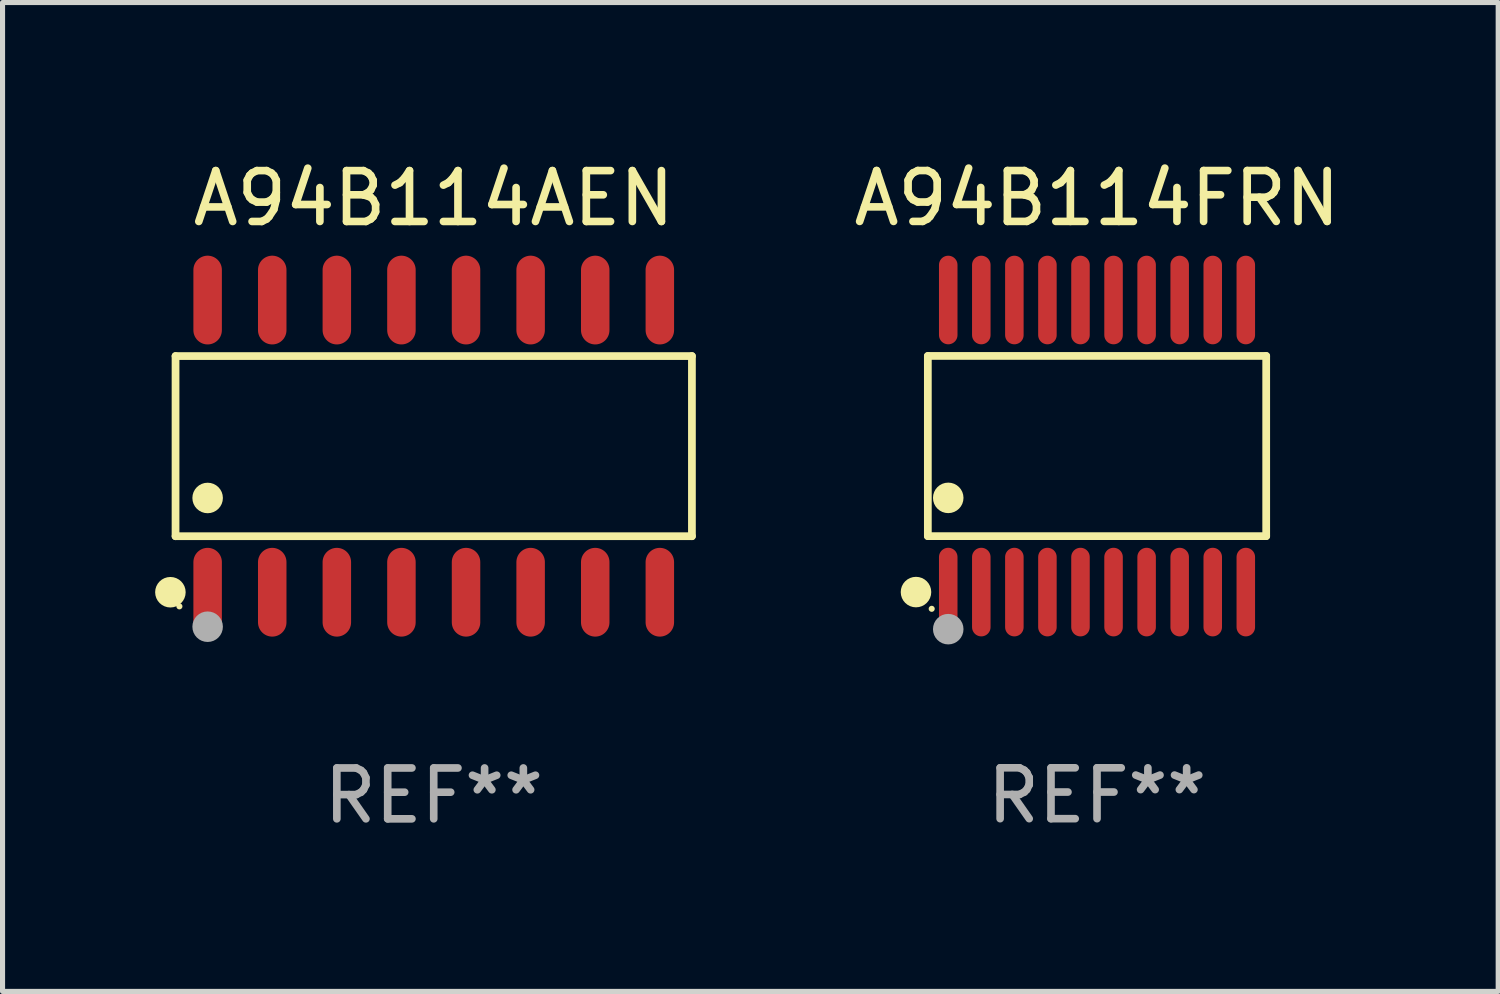
<source format=kicad_pcb>
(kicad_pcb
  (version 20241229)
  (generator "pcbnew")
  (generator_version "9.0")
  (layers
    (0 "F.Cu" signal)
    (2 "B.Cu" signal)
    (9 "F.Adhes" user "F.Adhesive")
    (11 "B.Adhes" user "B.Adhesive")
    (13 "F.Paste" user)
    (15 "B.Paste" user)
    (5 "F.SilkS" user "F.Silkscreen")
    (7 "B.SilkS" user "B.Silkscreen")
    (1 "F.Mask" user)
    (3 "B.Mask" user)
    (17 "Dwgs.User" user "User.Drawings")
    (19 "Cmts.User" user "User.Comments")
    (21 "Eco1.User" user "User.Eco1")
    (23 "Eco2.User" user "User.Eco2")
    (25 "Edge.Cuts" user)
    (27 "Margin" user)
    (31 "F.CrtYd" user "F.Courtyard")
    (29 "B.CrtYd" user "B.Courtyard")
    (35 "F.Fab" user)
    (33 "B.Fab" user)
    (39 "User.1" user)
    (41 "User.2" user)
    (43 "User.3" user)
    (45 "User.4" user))
  (footprint "A94B114AEN"
    (layer "F.Cu")
    (at 5.477 5.721)
    (property "Reference" "A94B114AEN" (at 0 -4.872 0) (layer "F.SilkS") (effects (font (size 1 1) (thickness 0.15))))
    (attr through_hole)
    (fp_line (start -5.076 -1.771) (end 5.076 -1.771) (stroke (width 0.152) (type solid)) (layer "F.SilkS"))
    (fp_line (start -5.076 1.771) (end -5.076 -1.771) (stroke (width 0.152) (type solid)) (layer "F.SilkS"))
    (fp_line (start 5.076 -1.771) (end 5.076 1.771) (stroke (width 0.152) (type solid)) (layer "F.SilkS"))
    (fp_line (start 5.076 1.771) (end -5.076 1.771) (stroke (width 0.152) (type solid)) (layer "F.SilkS"))
    (fp_circle (center -5.177 2.872) (end -5.027 2.872) (stroke (width 0.3) (type solid)) (fill no) (layer "F.SilkS"))
    (fp_circle (center -5 3.15) (end -4.97 3.15) (stroke (width 0.06) (type solid)) (fill no) (layer "F.SilkS"))
    (fp_circle (center -4.445 1.019) (end -4.295 1.019) (stroke (width 0.3) (type solid)) (fill no) (layer "F.SilkS"))
    (fp_circle (center -4.445 3.55) (end -4.295 3.55) (stroke (width 0.3) (type solid)) (fill no) (layer "F.Fab"))
    (fp_text user "REF**" (at 0 6.872 0) (layer "F.Fab") (effects (font (size 1 1) (thickness 0.15))))
    (pad "1" smd oval (at -4.445 2.872) (size 0.56 1.745) (layers "F.Cu" "F.Mask" "F.Paste"))
    (pad "2" smd oval (at -3.175 2.872) (size 0.56 1.745) (layers "F.Cu" "F.Mask" "F.Paste"))
    (pad "3" smd oval (at -1.905 2.872) (size 0.56 1.745) (layers "F.Cu" "F.Mask" "F.Paste"))
    (pad "4" smd oval (at -0.635 2.872) (size 0.56 1.745) (layers "F.Cu" "F.Mask" "F.Paste"))
    (pad "5" smd oval (at 0.635 2.872) (size 0.56 1.745) (layers "F.Cu" "F.Mask" "F.Paste"))
    (pad "6" smd oval (at 1.905 2.872) (size 0.56 1.745) (layers "F.Cu" "F.Mask" "F.Paste"))
    (pad "7" smd oval (at 3.175 2.872) (size 0.56 1.745) (layers "F.Cu" "F.Mask" "F.Paste"))
    (pad "8" smd oval (at 4.445 2.872) (size 0.56 1.745) (layers "F.Cu" "F.Mask" "F.Paste"))
    (pad "9" smd oval (at 4.445 -2.872) (size 0.56 1.745) (layers "F.Cu" "F.Mask" "F.Paste"))
    (pad "10" smd oval (at 3.175 -2.872) (size 0.56 1.745) (layers "F.Cu" "F.Mask" "F.Paste"))
    (pad "11" smd oval (at 1.905 -2.872) (size 0.56 1.745) (layers "F.Cu" "F.Mask" "F.Paste"))
    (pad "12" smd oval (at 0.635 -2.872) (size 0.56 1.745) (layers "F.Cu" "F.Mask" "F.Paste"))
    (pad "13" smd oval (at -0.635 -2.872) (size 0.56 1.745) (layers "F.Cu" "F.Mask" "F.Paste"))
    (pad "14" smd oval (at -1.905 -2.872) (size 0.56 1.745) (layers "F.Cu" "F.Mask" "F.Paste"))
    (pad "15" smd oval (at -3.175 -2.872) (size 0.56 1.745) (layers "F.Cu" "F.Mask" "F.Paste"))
    (pad "16" smd oval (at -4.445 -2.872) (size 0.56 1.745) (layers "F.Cu" "F.Mask" "F.Paste")))
  (footprint "A94B114FRN"
    (layer "F.Cu")
    (at 18.517 5.719)
    (property "Reference" "A94B114FRN" (at 0 -4.871 0) (layer "F.SilkS") (effects (font (size 1 1) (thickness 0.15))))
    (attr through_hole)
    (fp_line (start -3.326 -1.771) (end 3.326 -1.771) (stroke (width 0.152) (type solid)) (layer "F.SilkS"))
    (fp_line (start -3.326 1.771) (end -3.326 -1.771) (stroke (width 0.152) (type solid)) (layer "F.SilkS"))
    (fp_line (start 3.326 -1.771) (end 3.326 1.771) (stroke (width 0.152) (type solid)) (layer "F.SilkS"))
    (fp_line (start 3.326 1.771) (end -3.326 1.771) (stroke (width 0.152) (type solid)) (layer "F.SilkS"))
    (fp_circle (center -3.559 2.871) (end -3.409 2.871) (stroke (width 0.3) (type solid)) (fill no) (layer "F.SilkS"))
    (fp_circle (center -3.25 3.2) (end -3.22 3.2) (stroke (width 0.06) (type solid)) (fill no) (layer "F.SilkS"))
    (fp_circle (center -2.925 1.019) (end -2.775 1.019) (stroke (width 0.3) (type solid)) (fill no) (layer "F.SilkS"))
    (fp_circle (center -2.925 3.6) (end -2.775 3.6) (stroke (width 0.3) (type solid)) (fill no) (layer "F.Fab"))
    (fp_text user "REF**" (at 0 6.871 0) (layer "F.Fab") (effects (font (size 1 1) (thickness 0.15))))
    (pad "1" smd oval (at -2.925 2.871) (size 0.364 1.742) (layers "F.Cu" "F.Mask" "F.Paste"))
    (pad "2" smd oval (at -2.275 2.871) (size 0.364 1.742) (layers "F.Cu" "F.Mask" "F.Paste"))
    (pad "3" smd oval (at -1.625 2.871) (size 0.364 1.742) (layers "F.Cu" "F.Mask" "F.Paste"))
    (pad "4" smd oval (at -0.975 2.871) (size 0.364 1.742) (layers "F.Cu" "F.Mask" "F.Paste"))
    (pad "5" smd oval (at -0.325 2.871) (size 0.364 1.742) (layers "F.Cu" "F.Mask" "F.Paste"))
    (pad "6" smd oval (at 0.325 2.871) (size 0.364 1.742) (layers "F.Cu" "F.Mask" "F.Paste"))
    (pad "7" smd oval (at 0.975 2.871) (size 0.364 1.742) (layers "F.Cu" "F.Mask" "F.Paste"))
    (pad "8" smd oval (at 1.625 2.871) (size 0.364 1.742) (layers "F.Cu" "F.Mask" "F.Paste"))
    (pad "9" smd oval (at 2.275 2.871) (size 0.364 1.742) (layers "F.Cu" "F.Mask" "F.Paste"))
    (pad "10" smd oval (at 2.925 2.871) (size 0.364 1.742) (layers "F.Cu" "F.Mask" "F.Paste"))
    (pad "11" smd oval (at 2.925 -2.871) (size 0.364 1.742) (layers "F.Cu" "F.Mask" "F.Paste"))
    (pad "12" smd oval (at 2.275 -2.871) (size 0.364 1.742) (layers "F.Cu" "F.Mask" "F.Paste"))
    (pad "13" smd oval (at 1.625 -2.871) (size 0.364 1.742) (layers "F.Cu" "F.Mask" "F.Paste"))
    (pad "14" smd oval (at 0.975 -2.871) (size 0.364 1.742) (layers "F.Cu" "F.Mask" "F.Paste"))
    (pad "15" smd oval (at 0.325 -2.871) (size 0.364 1.742) (layers "F.Cu" "F.Mask" "F.Paste"))
    (pad "16" smd oval (at -0.325 -2.871) (size 0.364 1.742) (layers "F.Cu" "F.Mask" "F.Paste"))
    (pad "17" smd oval (at -0.975 -2.871) (size 0.364 1.742) (layers "F.Cu" "F.Mask" "F.Paste"))
    (pad "18" smd oval (at -1.625 -2.871) (size 0.364 1.742) (layers "F.Cu" "F.Mask" "F.Paste"))
    (pad "19" smd oval (at -2.275 -2.871) (size 0.364 1.742) (layers "F.Cu" "F.Mask" "F.Paste"))
    (pad "20" smd oval (at -2.925 -2.871) (size 0.364 1.742) (layers "F.Cu" "F.Mask" "F.Paste")))
  (gr_rect
    (start -3 -3)
    (end 26.404 16.441)
    (stroke (width 0.1) (type default))
    (fill no)
    (layer "Edge.Cuts")))
</source>
